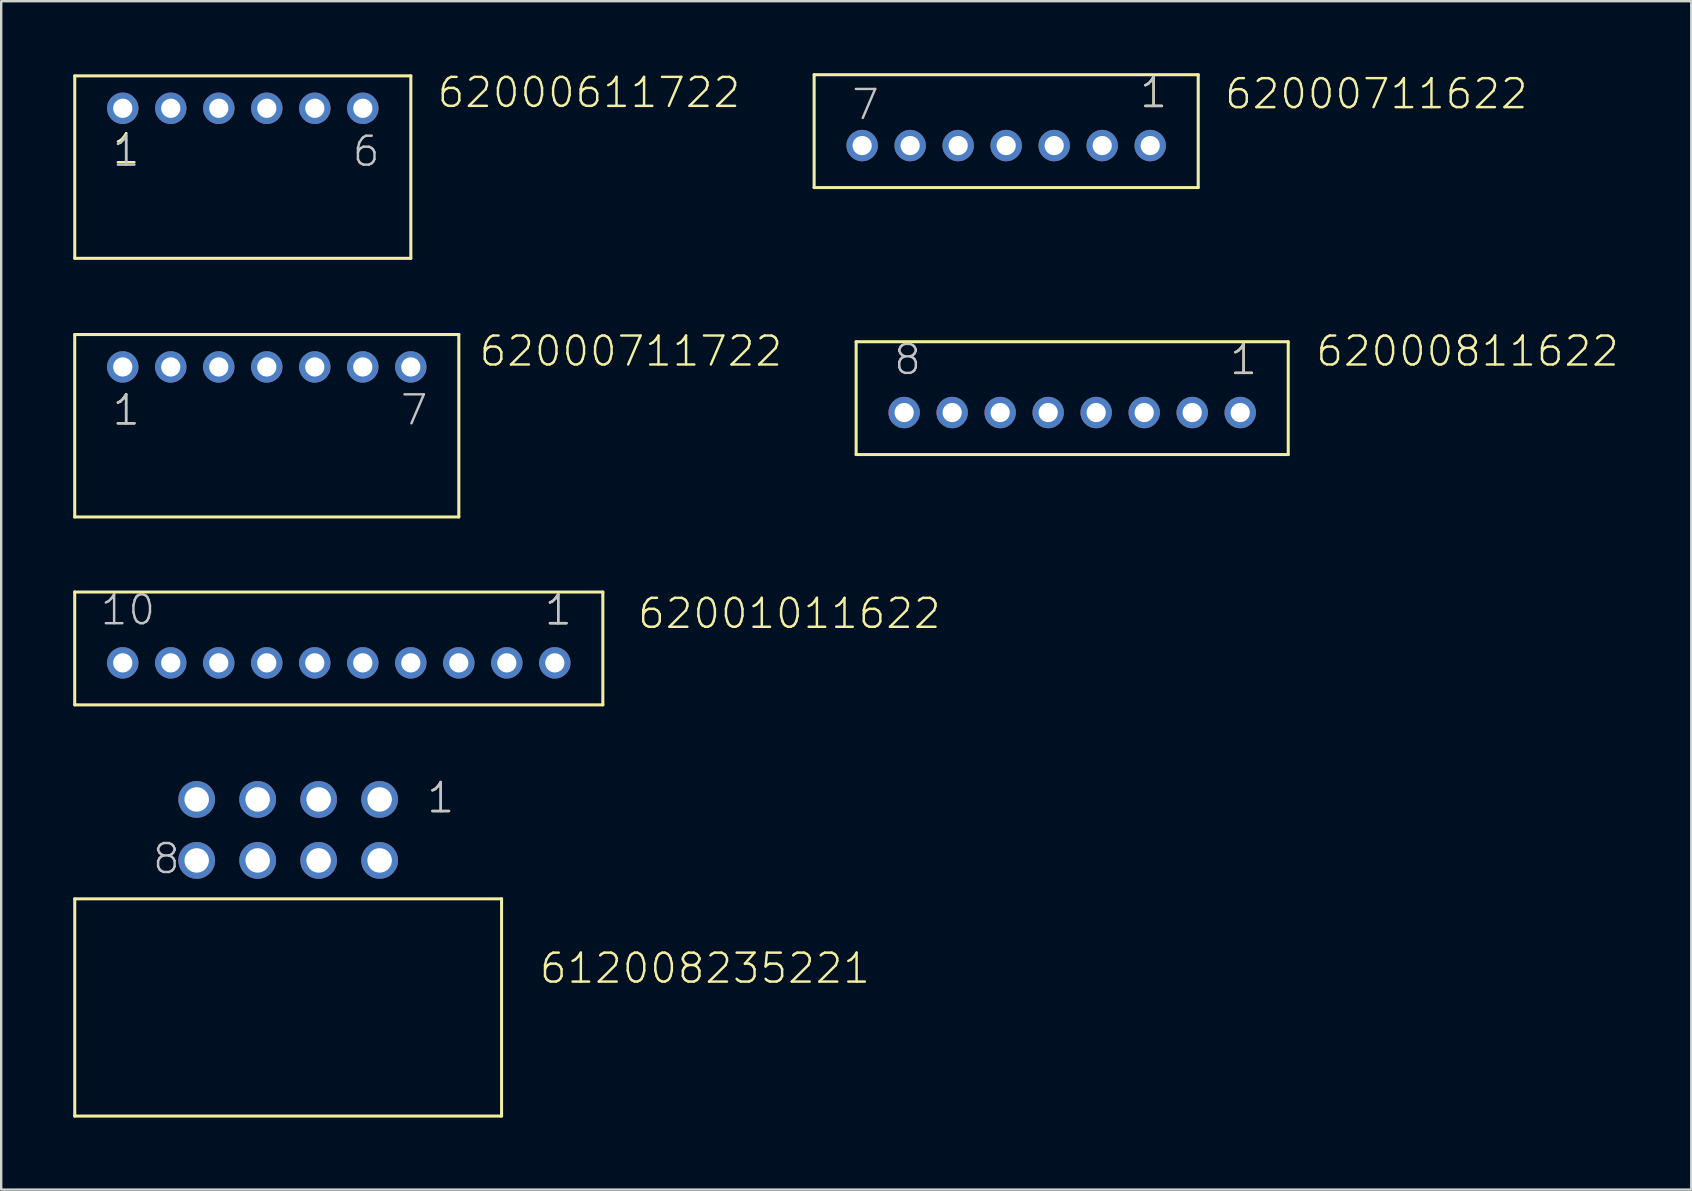
<source format=kicad_pcb>
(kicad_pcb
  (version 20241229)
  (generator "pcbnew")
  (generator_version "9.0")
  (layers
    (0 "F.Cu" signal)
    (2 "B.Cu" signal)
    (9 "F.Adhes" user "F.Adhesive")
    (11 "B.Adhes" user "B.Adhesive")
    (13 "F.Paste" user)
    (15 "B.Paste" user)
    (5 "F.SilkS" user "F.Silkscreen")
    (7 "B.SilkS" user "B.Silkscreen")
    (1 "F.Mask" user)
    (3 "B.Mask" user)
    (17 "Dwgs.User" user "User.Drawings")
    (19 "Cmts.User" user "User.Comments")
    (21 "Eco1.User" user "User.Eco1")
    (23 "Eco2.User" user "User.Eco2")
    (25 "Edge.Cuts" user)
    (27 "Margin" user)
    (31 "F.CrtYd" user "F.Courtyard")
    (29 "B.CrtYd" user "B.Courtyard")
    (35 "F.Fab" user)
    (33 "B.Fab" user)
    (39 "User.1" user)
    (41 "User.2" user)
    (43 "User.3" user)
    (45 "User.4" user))
  (footprint "62000711722"
    (layer "F.Cu")
    (at 8.063 12.236)
    (property "Reference" "62000711722" (at 8.785 0.05 0) (layer "F.SilkS") (effects (font (size 1.206 1.206) (thickness 0.102)) (justify left bottom)))
    (attr through_hole)
    (fp_line (start -8 -1.35) (end 8 -1.35) (stroke (width 0.127) (type solid)) (layer "F.SilkS"))
    (fp_line (start -8 6.25) (end -8 -1.35) (stroke (width 0.127) (type solid)) (layer "F.SilkS"))
    (fp_line (start 8 -1.35) (end 8 6.25) (stroke (width 0.127) (type solid)) (layer "F.SilkS"))
    (fp_line (start 8 6.25) (end -8 6.25) (stroke (width 0.127) (type solid)) (layer "F.SilkS"))
    (fp_text user "1" (at -6.5 2.5 0) (layer "F.SilkS") (effects (font (size 1.206 1.206) (thickness 0.102)) (justify left bottom)))
    (fp_text user "7" (at 5.5 2.5 0) (layer "Dwgs.User") (effects (font (size 1.206 1.206) (thickness 0.102)) (justify left bottom)))
    (fp_text user "1" (at -6.5 2.5 0) (layer "Dwgs.User") (effects (font (size 1.206 1.206) (thickness 0.102)) (justify left bottom)))
    (pad "1" thru_hole circle (at -6 0 180) (size 1.308 1.308) (drill 0.8) (layers "*.Cu" "*.Mask"))
    (pad "2" thru_hole circle (at -4 0 180) (size 1.308 1.308) (drill 0.8) (layers "*.Cu" "*.Mask"))
    (pad "3" thru_hole circle (at -2 0 180) (size 1.308 1.308) (drill 0.8) (layers "*.Cu" "*.Mask"))
    (pad "4" thru_hole circle (at 0 0 180) (size 1.308 1.308) (drill 0.8) (layers "*.Cu" "*.Mask"))
    (pad "5" thru_hole circle (at 2 0 180) (size 1.308 1.308) (drill 0.8) (layers "*.Cu" "*.Mask"))
    (pad "6" thru_hole circle (at 4 0 180) (size 1.308 1.308) (drill 0.8) (layers "*.Cu" "*.Mask"))
    (pad "7" thru_hole circle (at 6 0 180) (size 1.308 1.308) (drill 0.8) (layers "*.Cu" "*.Mask")))
  (footprint "62000811622"
    (layer "F.Cu")
    (at 41.615 14.136)
    (property "Reference" "62000811622" (at 10.085 -1.85 0) (layer "F.SilkS") (effects (font (size 1.206 1.206) (thickness 0.102)) (justify left bottom)))
    (attr through_hole)
    (fp_line (start -9 -2.95) (end 9 -2.95) (stroke (width 0.127) (type solid)) (layer "F.SilkS"))
    (fp_line (start -9 1.75) (end -9 -2.95) (stroke (width 0.127) (type solid)) (layer "F.SilkS"))
    (fp_line (start 9 -2.95) (end 9 1.75) (stroke (width 0.127) (type solid)) (layer "F.SilkS"))
    (fp_line (start 9 1.75) (end -9 1.75) (stroke (width 0.127) (type solid)) (layer "F.SilkS"))
    (fp_text user "1" (at 6.5 -1.5 0) (layer "F.SilkS") (effects (font (size 1.206 1.206) (thickness 0.102)) (justify left bottom)))
    (fp_text user "1" (at 6.5 -1.5 0) (layer "Dwgs.User") (effects (font (size 1.206 1.206) (thickness 0.102)) (justify left bottom)))
    (fp_text user "8" (at -7.5 -1.5 0) (layer "Dwgs.User") (effects (font (size 1.206 1.206) (thickness 0.102)) (justify left bottom)))
    (pad "1" thru_hole circle (at 7 0) (size 1.308 1.308) (drill 0.8) (layers "*.Cu" "*.Mask"))
    (pad "2" thru_hole circle (at 5 0) (size 1.308 1.308) (drill 0.8) (layers "*.Cu" "*.Mask"))
    (pad "3" thru_hole circle (at 3 0) (size 1.308 1.308) (drill 0.8) (layers "*.Cu" "*.Mask"))
    (pad "4" thru_hole circle (at 1 0) (size 1.308 1.308) (drill 0.8) (layers "*.Cu" "*.Mask"))
    (pad "5" thru_hole circle (at -1 0) (size 1.308 1.308) (drill 0.8) (layers "*.Cu" "*.Mask"))
    (pad "6" thru_hole circle (at -3 0) (size 1.308 1.308) (drill 0.8) (layers "*.Cu" "*.Mask"))
    (pad "7" thru_hole circle (at -5 0) (size 1.308 1.308) (drill 0.8) (layers "*.Cu" "*.Mask"))
    (pad "8" thru_hole circle (at -7 0) (size 1.308 1.308) (drill 0.8) (layers "*.Cu" "*.Mask")))
  (footprint "62000611722"
    (layer "F.Cu")
    (at 7.064 1.461)
    (property "Reference" "62000611722" (at 8.035 0.05 0) (layer "F.SilkS") (effects (font (size 1.206 1.206) (thickness 0.102)) (justify left bottom)))
    (attr through_hole)
    (fp_line (start -7 -1.35) (end 7 -1.35) (stroke (width 0.127) (type solid)) (layer "F.SilkS"))
    (fp_line (start -7 6.25) (end -7 -1.35) (stroke (width 0.127) (type solid)) (layer "F.SilkS"))
    (fp_line (start 7 -1.35) (end 7 6.25) (stroke (width 0.127) (type solid)) (layer "F.SilkS"))
    (fp_line (start 7 6.25) (end -7 6.25) (stroke (width 0.127) (type solid)) (layer "F.SilkS"))
    (fp_text user "1" (at -5.5 2.4 0) (layer "F.SilkS") (effects (font (size 1.206 1.206) (thickness 0.102)) (justify left bottom)))
    (fp_text user "6" (at 4.5 2.5 0) (layer "Dwgs.User") (effects (font (size 1.206 1.206) (thickness 0.102)) (justify left bottom)))
    (fp_text user "1" (at -5.5 2.5 0) (layer "Dwgs.User") (effects (font (size 1.206 1.206) (thickness 0.102)) (justify left bottom)))
    (pad "1" thru_hole circle (at -5 0 180) (size 1.308 1.308) (drill 0.8) (layers "*.Cu" "*.Mask"))
    (pad "2" thru_hole circle (at -3 0 180) (size 1.308 1.308) (drill 0.8) (layers "*.Cu" "*.Mask"))
    (pad "3" thru_hole circle (at -1 0 180) (size 1.308 1.308) (drill 0.8) (layers "*.Cu" "*.Mask"))
    (pad "4" thru_hole circle (at 1 0 180) (size 1.308 1.308) (drill 0.8) (layers "*.Cu" "*.Mask"))
    (pad "5" thru_hole circle (at 3 0 180) (size 1.308 1.308) (drill 0.8) (layers "*.Cu" "*.Mask"))
    (pad "6" thru_hole circle (at 5 0 180) (size 1.308 1.308) (drill 0.8) (layers "*.Cu" "*.Mask")))
  (footprint "62001011622"
    (layer "F.Cu")
    (at 11.063 24.563)
    (property "Reference" "62001011622" (at 12.385 -1.35 0) (layer "F.SilkS") (effects (font (size 1.206 1.206) (thickness 0.102)) (justify left bottom)))
    (attr through_hole)
    (fp_line (start -11 -2.95) (end 11 -2.95) (stroke (width 0.127) (type solid)) (layer "F.SilkS"))
    (fp_line (start -11 1.75) (end -11 -2.95) (stroke (width 0.127) (type solid)) (layer "F.SilkS"))
    (fp_line (start 11 -2.95) (end 11 1.75) (stroke (width 0.127) (type solid)) (layer "F.SilkS"))
    (fp_line (start 11 1.75) (end -11 1.75) (stroke (width 0.127) (type solid)) (layer "F.SilkS"))
    (fp_text user "1" (at 8.5 -1.5 0) (layer "F.SilkS") (effects (font (size 1.206 1.206) (thickness 0.102)) (justify left bottom)))
    (fp_text user "10" (at -10 -1.5 0) (layer "Dwgs.User") (effects (font (size 1.206 1.206) (thickness 0.102)) (justify left bottom)))
    (fp_text user "1" (at 8.5 -1.5 0) (layer "Dwgs.User") (effects (font (size 1.206 1.206) (thickness 0.102)) (justify left bottom)))
    (pad "1" thru_hole circle (at 9 0) (size 1.308 1.308) (drill 0.8) (layers "*.Cu" "*.Mask"))
    (pad "2" thru_hole circle (at 7 0) (size 1.308 1.308) (drill 0.8) (layers "*.Cu" "*.Mask"))
    (pad "3" thru_hole circle (at 5 0) (size 1.308 1.308) (drill 0.8) (layers "*.Cu" "*.Mask"))
    (pad "4" thru_hole circle (at 3 0) (size 1.308 1.308) (drill 0.8) (layers "*.Cu" "*.Mask"))
    (pad "5" thru_hole circle (at 1 0) (size 1.308 1.308) (drill 0.8) (layers "*.Cu" "*.Mask"))
    (pad "6" thru_hole circle (at -1 0) (size 1.308 1.308) (drill 0.8) (layers "*.Cu" "*.Mask"))
    (pad "7" thru_hole circle (at -3 0) (size 1.308 1.308) (drill 0.8) (layers "*.Cu" "*.Mask"))
    (pad "8" thru_hole circle (at -5 0) (size 1.308 1.308) (drill 0.8) (layers "*.Cu" "*.Mask"))
    (pad "9" thru_hole circle (at -7 0) (size 1.308 1.308) (drill 0.8) (layers "*.Cu" "*.Mask"))
    (pad "10" thru_hole circle (at -9 0) (size 1.308 1.308) (drill 0.8) (layers "*.Cu" "*.Mask")))
  (footprint "62000711622"
    (layer "F.Cu")
    (at 38.865 3.014)
    (property "Reference" "62000711622" (at 9.035 -1.45 0) (layer "F.SilkS") (effects (font (size 1.206 1.206) (thickness 0.102)) (justify left bottom)))
    (attr through_hole)
    (fp_line (start -8 -2.95) (end 8 -2.95) (stroke (width 0.127) (type solid)) (layer "F.SilkS"))
    (fp_line (start -8 1.75) (end -8 -2.95) (stroke (width 0.127) (type solid)) (layer "F.SilkS"))
    (fp_line (start 8 -2.95) (end 8 1.75) (stroke (width 0.127) (type solid)) (layer "F.SilkS"))
    (fp_line (start 8 1.75) (end -8 1.75) (stroke (width 0.127) (type solid)) (layer "F.SilkS"))
    (fp_text user "1" (at 5.5 -1.5 0) (layer "F.SilkS") (effects (font (size 1.206 1.206) (thickness 0.102)) (justify left bottom)))
    (fp_text user "7" (at -6.5 -1 0) (layer "Dwgs.User") (effects (font (size 1.206 1.206) (thickness 0.102)) (justify left bottom)))
    (fp_text user "1" (at 5.5 -1.5 0) (layer "Dwgs.User") (effects (font (size 1.206 1.206) (thickness 0.102)) (justify left bottom)))
    (pad "1" thru_hole circle (at 6 0) (size 1.308 1.308) (drill 0.8) (layers "*.Cu" "*.Mask"))
    (pad "2" thru_hole circle (at 4 0) (size 1.308 1.308) (drill 0.8) (layers "*.Cu" "*.Mask"))
    (pad "3" thru_hole circle (at 2 0) (size 1.308 1.308) (drill 0.8) (layers "*.Cu" "*.Mask"))
    (pad "4" thru_hole circle (at 0 0) (size 1.308 1.308) (drill 0.8) (layers "*.Cu" "*.Mask"))
    (pad "5" thru_hole circle (at -2 0) (size 1.308 1.308) (drill 0.8) (layers "*.Cu" "*.Mask"))
    (pad "6" thru_hole circle (at -4 0) (size 1.308 1.308) (drill 0.8) (layers "*.Cu" "*.Mask"))
    (pad "7" thru_hole circle (at -6 0) (size 1.308 1.308) (drill 0.8) (layers "*.Cu" "*.Mask")))
  (footprint "612008235221"
    (layer "F.Cu")
    (at 8.954 31.523)
    (property "Reference" "612008235221" (at 10.403 6.47 0) (layer "F.SilkS") (effects (font (size 1.206 1.206) (thickness 0.102)) (justify left bottom)))
    (attr through_hole)
    (fp_line (start -8.89 2.87) (end 8.89 2.87) (stroke (width 0.127) (type solid)) (layer "F.SilkS"))
    (fp_line (start -8.89 11.92) (end -8.89 2.87) (stroke (width 0.127) (type solid)) (layer "F.SilkS"))
    (fp_line (start 8.89 2.87) (end 8.89 11.92) (stroke (width 0.127) (type solid)) (layer "F.SilkS"))
    (fp_line (start 8.89 11.92) (end -8.89 11.92) (stroke (width 0.127) (type solid)) (layer "F.SilkS"))
    (fp_text user "1" (at 5.715 -0.635 0) (layer "F.SilkS") (effects (font (size 1.206 1.206) (thickness 0.102)) (justify left bottom)))
    (fp_text user "8" (at -5.715 1.905 0) (layer "Dwgs.User") (effects (font (size 1.206 1.206) (thickness 0.102)) (justify left bottom)))
    (fp_text user "1" (at 5.715 -0.635 0) (layer "Dwgs.User") (effects (font (size 1.206 1.206) (thickness 0.102)) (justify left bottom)))
    (pad "1" thru_hole circle (at 3.81 -1.27 180) (size 1.53 1.53) (drill 1.02) (layers "*.Cu" "*.Mask"))
    (pad "2" thru_hole circle (at 3.81 1.27 180) (size 1.53 1.53) (drill 1.02) (layers "*.Cu" "*.Mask"))
    (pad "3" thru_hole circle (at 1.27 -1.27 180) (size 1.53 1.53) (drill 1.02) (layers "*.Cu" "*.Mask"))
    (pad "4" thru_hole circle (at 1.27 1.27 180) (size 1.53 1.53) (drill 1.02) (layers "*.Cu" "*.Mask"))
    (pad "5" thru_hole circle (at -1.27 -1.27 180) (size 1.53 1.53) (drill 1.02) (layers "*.Cu" "*.Mask"))
    (pad "6" thru_hole circle (at -1.27 1.27 180) (size 1.53 1.53) (drill 1.02) (layers "*.Cu" "*.Mask"))
    (pad "7" thru_hole circle (at -3.81 -1.27 180) (size 1.53 1.53) (drill 1.02) (layers "*.Cu" "*.Mask"))
    (pad "8" thru_hole circle (at -3.81 1.27 180) (size 1.53 1.53) (drill 1.02) (layers "*.Cu" "*.Mask")))
  (gr_rect
    (start -3 -3)
    (end 67.403 46.506)
    (stroke (width 0.1) (type default))
    (fill no)
    (layer "Edge.Cuts")))
</source>
